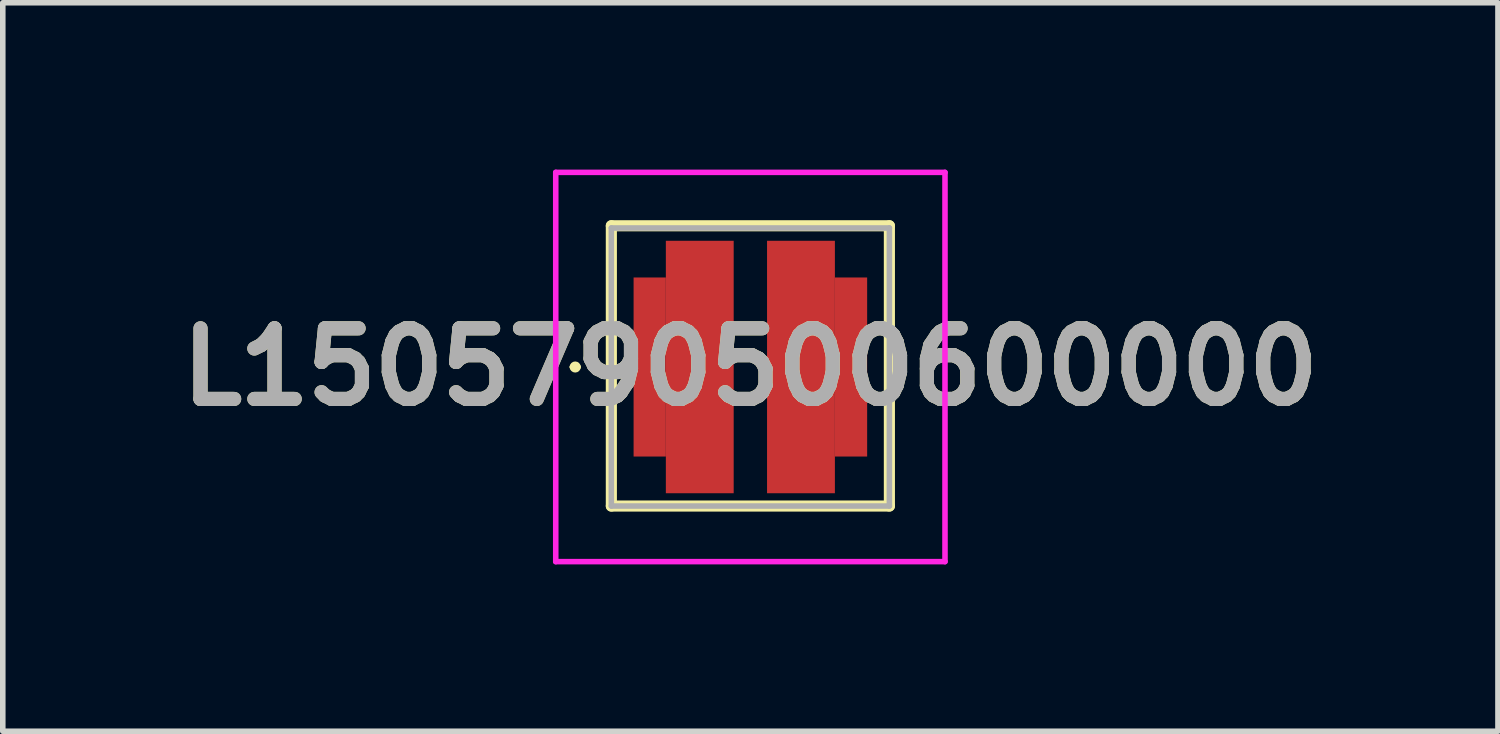
<source format=kicad_pcb>
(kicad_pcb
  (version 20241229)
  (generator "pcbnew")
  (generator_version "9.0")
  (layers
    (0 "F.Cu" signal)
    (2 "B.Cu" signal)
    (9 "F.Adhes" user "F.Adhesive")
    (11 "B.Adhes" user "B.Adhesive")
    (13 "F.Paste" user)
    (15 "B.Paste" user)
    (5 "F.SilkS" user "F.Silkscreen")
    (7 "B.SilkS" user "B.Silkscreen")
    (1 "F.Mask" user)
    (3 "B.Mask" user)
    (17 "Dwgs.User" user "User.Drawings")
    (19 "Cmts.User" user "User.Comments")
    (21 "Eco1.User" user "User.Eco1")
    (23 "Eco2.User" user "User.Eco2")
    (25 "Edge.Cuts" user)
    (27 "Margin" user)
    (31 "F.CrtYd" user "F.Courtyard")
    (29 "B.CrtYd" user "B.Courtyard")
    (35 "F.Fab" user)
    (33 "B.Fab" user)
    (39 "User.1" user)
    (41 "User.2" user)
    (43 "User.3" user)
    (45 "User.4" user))
  (footprint "L1505790500600000"
    (layer "F.Cu")
    (at 10.444 3.55)
    (property "Reference" "L1505790500600000" (at 0 0 0) (layer "F.SilkS") (effects (font (size 1.27 1.27) (thickness 0.254))))
    (attr smd)
    (fp_line (start -3.2 0) (end -3.2 0) (stroke (width 0.1) (type solid)) (layer "F.SilkS"))
    (fp_line (start -3.1 0) (end -3.1 0) (stroke (width 0.1) (type solid)) (layer "F.SilkS"))
    (fp_line (start -2.5 -2.54) (end 2.5 -2.54) (stroke (width 0.2) (type solid)) (layer "F.SilkS"))
    (fp_line (start -2.5 2.5) (end -2.5 -2.54) (stroke (width 0.2) (type solid)) (layer "F.SilkS"))
    (fp_line (start 2.5 -2.54) (end 2.5 2.5) (stroke (width 0.2) (type solid)) (layer "F.SilkS"))
    (fp_line (start 2.5 2.5) (end -2.5 2.5) (stroke (width 0.2) (type solid)) (layer "F.SilkS"))
    (fp_arc (start -3.2 0) (mid -3.15 -0.05) (end -3.1 0) (stroke (width 0.1) (type solid)) (layer "F.SilkS"))
    (fp_arc (start -3.1 0) (mid -3.15 0.05) (end -3.2 0) (stroke (width 0.1) (type solid)) (layer "F.SilkS"))
    (fp_line (start -3.5 -3.5) (end 3.5 -3.5) (stroke (width 0.1) (type solid)) (layer "F.CrtYd"))
    (fp_line (start -3.5 3.5) (end -3.5 -3.5) (stroke (width 0.1) (type solid)) (layer "F.CrtYd"))
    (fp_line (start 3.5 -3.5) (end 3.5 3.5) (stroke (width 0.1) (type solid)) (layer "F.CrtYd"))
    (fp_line (start 3.5 3.5) (end -3.5 3.5) (stroke (width 0.1) (type solid)) (layer "F.CrtYd"))
    (fp_line (start -2.5 -2.5) (end 2.5 -2.5) (stroke (width 0.1) (type solid)) (layer "F.Fab"))
    (fp_line (start -2.5 2.5) (end -2.5 -2.5) (stroke (width 0.1) (type solid)) (layer "F.Fab"))
    (fp_line (start 2.5 -2.5) (end 2.5 2.5) (stroke (width 0.1) (type solid)) (layer "F.Fab"))
    (fp_line (start 2.5 2.5) (end -2.5 2.5) (stroke (width 0.1) (type solid)) (layer "F.Fab"))
    (fp_text user "${REFERENCE}" (at 0 0 0) (layer "F.Fab") (effects (font (size 1.27 1.27) (thickness 0.254))))
    (pad "1" smd rect (at -0.91 0) (size 1.22 4.54) (layers "F.Cu" "F.Mask" "F.Paste"))
    (pad "2" smd rect (at 0.91 0) (size 1.22 4.54) (layers "F.Cu" "F.Mask" "F.Paste"))
    (pad "3" smd rect (at -1.81 0) (size 0.58 3.22) (layers "F.Cu" "F.Mask" "F.Paste"))
    (pad "4" smd rect (at 1.81 0) (size 0.58 3.22) (layers "F.Cu" "F.Mask" "F.Paste")))
  (gr_rect
    (start -3 -3)
    (end 23.888 10.1)
    (stroke (width 0.1) (type default))
    (fill no)
    (layer "Edge.Cuts")))
</source>
